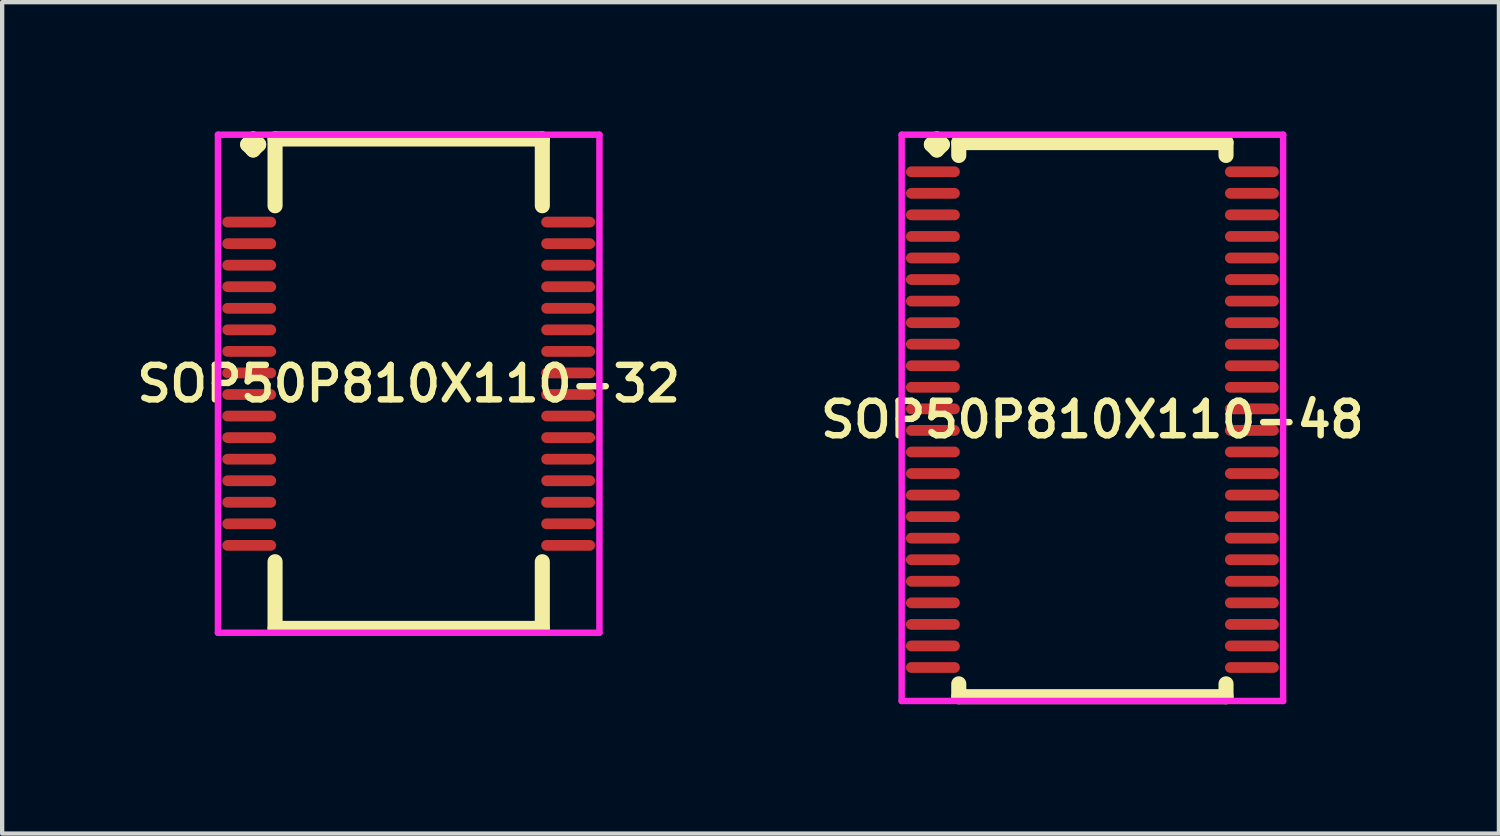
<source format=kicad_pcb>
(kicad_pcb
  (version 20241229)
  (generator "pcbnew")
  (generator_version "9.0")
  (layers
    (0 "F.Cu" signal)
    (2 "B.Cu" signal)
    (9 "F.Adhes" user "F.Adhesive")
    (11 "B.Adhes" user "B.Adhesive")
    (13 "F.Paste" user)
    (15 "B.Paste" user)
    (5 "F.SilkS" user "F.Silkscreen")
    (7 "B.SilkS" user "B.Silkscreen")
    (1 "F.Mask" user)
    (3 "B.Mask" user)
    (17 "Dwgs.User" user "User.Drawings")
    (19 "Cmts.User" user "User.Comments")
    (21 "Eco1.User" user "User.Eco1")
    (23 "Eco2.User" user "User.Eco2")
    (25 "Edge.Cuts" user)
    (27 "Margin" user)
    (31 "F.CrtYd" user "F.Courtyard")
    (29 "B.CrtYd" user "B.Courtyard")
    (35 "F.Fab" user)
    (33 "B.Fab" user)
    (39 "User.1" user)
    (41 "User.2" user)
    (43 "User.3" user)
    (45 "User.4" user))
  (footprint "SOP50P810X110-32"
    (layer "F.Cu")
    (at 6.431 5.852)
    (property "Reference" "SOP50P810X110-32" (at 0 0 0) (layer "F.SilkS") (effects (font (size 0.8 0.8) (thickness 0.15))))
    (attr smd)
    (fp_line (start -3.735 -5.55) (end -3.608 -5.677) (stroke (width 0.35) (type solid)) (layer "F.SilkS"))
    (fp_line (start -3.608 -5.677) (end -3.481 -5.55) (stroke (width 0.35) (type solid)) (layer "F.SilkS"))
    (fp_line (start -3.608 -5.423) (end -3.735 -5.55) (stroke (width 0.35) (type solid)) (layer "F.SilkS"))
    (fp_line (start -3.481 -5.55) (end -3.608 -5.423) (stroke (width 0.35) (type solid)) (layer "F.SilkS"))
    (fp_line (start -3.1 -5.677) (end 3.1 -5.677) (stroke (width 0.35) (type solid)) (layer "F.SilkS"))
    (fp_line (start -3.1 -4.129) (end -3.1 -5.677) (stroke (width 0.35) (type solid)) (layer "F.SilkS"))
    (fp_line (start -3.1 4.129) (end -3.1 5.677) (stroke (width 0.35) (type solid)) (layer "F.SilkS"))
    (fp_line (start -3.1 5.677) (end 3.1 5.677) (stroke (width 0.35) (type solid)) (layer "F.SilkS"))
    (fp_line (start 3.1 -5.677) (end 3.1 -4.129) (stroke (width 0.35) (type solid)) (layer "F.SilkS"))
    (fp_line (start 3.1 5.677) (end 3.1 4.129) (stroke (width 0.35) (type solid)) (layer "F.SilkS"))
    (fp_line (start -4.425 -5.777) (end 4.425 -5.777) (stroke (width 0.15) (type solid)) (layer "F.CrtYd"))
    (fp_line (start -4.425 5.777) (end -4.425 -5.777) (stroke (width 0.15) (type solid)) (layer "F.CrtYd"))
    (fp_line (start 4.425 -5.777) (end 4.425 5.777) (stroke (width 0.15) (type solid)) (layer "F.CrtYd"))
    (fp_line (start 4.425 5.777) (end -4.425 5.777) (stroke (width 0.15) (type solid)) (layer "F.CrtYd"))
    (pad "1" smd oval (at -3.7 -3.75) (size 1.25 0.25) (layers "F.Cu" "F.Mask" "F.Paste"))
    (pad "2" smd oval (at -3.7 -3.25) (size 1.25 0.25) (layers "F.Cu" "F.Mask" "F.Paste"))
    (pad "3" smd oval (at -3.7 -2.75) (size 1.25 0.25) (layers "F.Cu" "F.Mask" "F.Paste"))
    (pad "4" smd oval (at -3.7 -2.25) (size 1.25 0.25) (layers "F.Cu" "F.Mask" "F.Paste"))
    (pad "5" smd oval (at -3.7 -1.75) (size 1.25 0.25) (layers "F.Cu" "F.Mask" "F.Paste"))
    (pad "6" smd oval (at -3.7 -1.25) (size 1.25 0.25) (layers "F.Cu" "F.Mask" "F.Paste"))
    (pad "7" smd oval (at -3.7 -0.75) (size 1.25 0.25) (layers "F.Cu" "F.Mask" "F.Paste"))
    (pad "8" smd oval (at -3.7 -0.25) (size 1.25 0.25) (layers "F.Cu" "F.Mask" "F.Paste"))
    (pad "9" smd oval (at -3.7 0.25) (size 1.25 0.25) (layers "F.Cu" "F.Mask" "F.Paste"))
    (pad "10" smd oval (at -3.7 0.75) (size 1.25 0.25) (layers "F.Cu" "F.Mask" "F.Paste"))
    (pad "11" smd oval (at -3.7 1.25) (size 1.25 0.25) (layers "F.Cu" "F.Mask" "F.Paste"))
    (pad "12" smd oval (at -3.7 1.75) (size 1.25 0.25) (layers "F.Cu" "F.Mask" "F.Paste"))
    (pad "13" smd oval (at -3.7 2.25) (size 1.25 0.25) (layers "F.Cu" "F.Mask" "F.Paste"))
    (pad "14" smd oval (at -3.7 2.75) (size 1.25 0.25) (layers "F.Cu" "F.Mask" "F.Paste"))
    (pad "15" smd oval (at -3.7 3.25) (size 1.25 0.25) (layers "F.Cu" "F.Mask" "F.Paste"))
    (pad "16" smd oval (at -3.7 3.75) (size 1.25 0.25) (layers "F.Cu" "F.Mask" "F.Paste"))
    (pad "17" smd oval (at 3.7 3.75) (size 1.25 0.25) (layers "F.Cu" "F.Mask" "F.Paste"))
    (pad "18" smd oval (at 3.7 3.25) (size 1.25 0.25) (layers "F.Cu" "F.Mask" "F.Paste"))
    (pad "19" smd oval (at 3.7 2.75) (size 1.25 0.25) (layers "F.Cu" "F.Mask" "F.Paste"))
    (pad "20" smd oval (at 3.7 2.25) (size 1.25 0.25) (layers "F.Cu" "F.Mask" "F.Paste"))
    (pad "21" smd oval (at 3.7 1.75) (size 1.25 0.25) (layers "F.Cu" "F.Mask" "F.Paste"))
    (pad "22" smd oval (at 3.7 1.25) (size 1.25 0.25) (layers "F.Cu" "F.Mask" "F.Paste"))
    (pad "23" smd oval (at 3.7 0.75) (size 1.25 0.25) (layers "F.Cu" "F.Mask" "F.Paste"))
    (pad "24" smd oval (at 3.7 0.25) (size 1.25 0.25) (layers "F.Cu" "F.Mask" "F.Paste"))
    (pad "25" smd oval (at 3.7 -0.25) (size 1.25 0.25) (layers "F.Cu" "F.Mask" "F.Paste"))
    (pad "26" smd oval (at 3.7 -0.75) (size 1.25 0.25) (layers "F.Cu" "F.Mask" "F.Paste"))
    (pad "27" smd oval (at 3.7 -1.25) (size 1.25 0.25) (layers "F.Cu" "F.Mask" "F.Paste"))
    (pad "28" smd oval (at 3.7 -1.75) (size 1.25 0.25) (layers "F.Cu" "F.Mask" "F.Paste"))
    (pad "29" smd oval (at 3.7 -2.25) (size 1.25 0.25) (layers "F.Cu" "F.Mask" "F.Paste"))
    (pad "30" smd oval (at 3.7 -2.75) (size 1.25 0.25) (layers "F.Cu" "F.Mask" "F.Paste"))
    (pad "31" smd oval (at 3.7 -3.25) (size 1.25 0.25) (layers "F.Cu" "F.Mask" "F.Paste"))
    (pad "32" smd oval (at 3.7 -3.75) (size 1.25 0.25) (layers "F.Cu" "F.Mask" "F.Paste")))
  (footprint "SOP50P810X110-48"
    (layer "F.Cu")
    (at 22.292 6.685)
    (property "Reference" "SOP50P810X110-48" (at 0 0 0) (layer "F.SilkS") (effects (font (size 0.8 0.8) (thickness 0.15))))
    (attr smd)
    (fp_line (start -3.735 -6.383) (end -3.608 -6.51) (stroke (width 0.35) (type solid)) (layer "F.SilkS"))
    (fp_line (start -3.608 -6.51) (end -3.481 -6.383) (stroke (width 0.35) (type solid)) (layer "F.SilkS"))
    (fp_line (start -3.608 -6.256) (end -3.735 -6.383) (stroke (width 0.35) (type solid)) (layer "F.SilkS"))
    (fp_line (start -3.481 -6.383) (end -3.608 -6.256) (stroke (width 0.35) (type solid)) (layer "F.SilkS"))
    (fp_line (start -3.1 -6.427) (end 3.1 -6.427) (stroke (width 0.35) (type solid)) (layer "F.SilkS"))
    (fp_line (start -3.1 -6.129) (end -3.1 -6.427) (stroke (width 0.35) (type solid)) (layer "F.SilkS"))
    (fp_line (start -3.1 6.129) (end -3.1 6.427) (stroke (width 0.35) (type solid)) (layer "F.SilkS"))
    (fp_line (start -3.1 6.427) (end 3.1 6.427) (stroke (width 0.35) (type solid)) (layer "F.SilkS"))
    (fp_line (start 3.1 -6.427) (end 3.1 -6.129) (stroke (width 0.35) (type solid)) (layer "F.SilkS"))
    (fp_line (start 3.1 6.427) (end 3.1 6.129) (stroke (width 0.35) (type solid)) (layer "F.SilkS"))
    (fp_line (start -4.425 -6.61) (end 4.425 -6.61) (stroke (width 0.15) (type solid)) (layer "F.CrtYd"))
    (fp_line (start -4.425 6.527) (end -4.425 -6.61) (stroke (width 0.15) (type solid)) (layer "F.CrtYd"))
    (fp_line (start 4.425 -6.61) (end 4.425 6.527) (stroke (width 0.15) (type solid)) (layer "F.CrtYd"))
    (fp_line (start 4.425 6.527) (end -4.425 6.527) (stroke (width 0.15) (type solid)) (layer "F.CrtYd"))
    (pad "1" smd oval (at -3.7 -5.75) (size 1.25 0.25) (layers "F.Cu" "F.Mask" "F.Paste"))
    (pad "2" smd oval (at -3.7 -5.25) (size 1.25 0.25) (layers "F.Cu" "F.Mask" "F.Paste"))
    (pad "3" smd oval (at -3.7 -4.75) (size 1.25 0.25) (layers "F.Cu" "F.Mask" "F.Paste"))
    (pad "4" smd oval (at -3.7 -4.25) (size 1.25 0.25) (layers "F.Cu" "F.Mask" "F.Paste"))
    (pad "5" smd oval (at -3.7 -3.75) (size 1.25 0.25) (layers "F.Cu" "F.Mask" "F.Paste"))
    (pad "6" smd oval (at -3.7 -3.25) (size 1.25 0.25) (layers "F.Cu" "F.Mask" "F.Paste"))
    (pad "7" smd oval (at -3.7 -2.75) (size 1.25 0.25) (layers "F.Cu" "F.Mask" "F.Paste"))
    (pad "8" smd oval (at -3.7 -2.25) (size 1.25 0.25) (layers "F.Cu" "F.Mask" "F.Paste"))
    (pad "9" smd oval (at -3.7 -1.75) (size 1.25 0.25) (layers "F.Cu" "F.Mask" "F.Paste"))
    (pad "10" smd oval (at -3.7 -1.25) (size 1.25 0.25) (layers "F.Cu" "F.Mask" "F.Paste"))
    (pad "11" smd oval (at -3.7 -0.75) (size 1.25 0.25) (layers "F.Cu" "F.Mask" "F.Paste"))
    (pad "12" smd oval (at -3.7 -0.25) (size 1.25 0.25) (layers "F.Cu" "F.Mask" "F.Paste"))
    (pad "13" smd oval (at -3.7 0.25) (size 1.25 0.25) (layers "F.Cu" "F.Mask" "F.Paste"))
    (pad "14" smd oval (at -3.7 0.75) (size 1.25 0.25) (layers "F.Cu" "F.Mask" "F.Paste"))
    (pad "15" smd oval (at -3.7 1.25) (size 1.25 0.25) (layers "F.Cu" "F.Mask" "F.Paste"))
    (pad "16" smd oval (at -3.7 1.75) (size 1.25 0.25) (layers "F.Cu" "F.Mask" "F.Paste"))
    (pad "17" smd oval (at -3.7 2.25) (size 1.25 0.25) (layers "F.Cu" "F.Mask" "F.Paste"))
    (pad "18" smd oval (at -3.7 2.75) (size 1.25 0.25) (layers "F.Cu" "F.Mask" "F.Paste"))
    (pad "19" smd oval (at -3.7 3.25) (size 1.25 0.25) (layers "F.Cu" "F.Mask" "F.Paste"))
    (pad "20" smd oval (at -3.7 3.75) (size 1.25 0.25) (layers "F.Cu" "F.Mask" "F.Paste"))
    (pad "21" smd oval (at -3.7 4.25) (size 1.25 0.25) (layers "F.Cu" "F.Mask" "F.Paste"))
    (pad "22" smd oval (at -3.7 4.75) (size 1.25 0.25) (layers "F.Cu" "F.Mask" "F.Paste"))
    (pad "23" smd oval (at -3.7 5.25) (size 1.25 0.25) (layers "F.Cu" "F.Mask" "F.Paste"))
    (pad "24" smd oval (at -3.7 5.75) (size 1.25 0.25) (layers "F.Cu" "F.Mask" "F.Paste"))
    (pad "25" smd oval (at 3.7 5.75) (size 1.25 0.25) (layers "F.Cu" "F.Mask" "F.Paste"))
    (pad "26" smd oval (at 3.7 5.25) (size 1.25 0.25) (layers "F.Cu" "F.Mask" "F.Paste"))
    (pad "27" smd oval (at 3.7 4.75) (size 1.25 0.25) (layers "F.Cu" "F.Mask" "F.Paste"))
    (pad "28" smd oval (at 3.7 4.25) (size 1.25 0.25) (layers "F.Cu" "F.Mask" "F.Paste"))
    (pad "29" smd oval (at 3.7 3.75) (size 1.25 0.25) (layers "F.Cu" "F.Mask" "F.Paste"))
    (pad "30" smd oval (at 3.7 3.25) (size 1.25 0.25) (layers "F.Cu" "F.Mask" "F.Paste"))
    (pad "31" smd oval (at 3.7 2.75) (size 1.25 0.25) (layers "F.Cu" "F.Mask" "F.Paste"))
    (pad "32" smd oval (at 3.7 2.25) (size 1.25 0.25) (layers "F.Cu" "F.Mask" "F.Paste"))
    (pad "33" smd oval (at 3.7 1.75) (size 1.25 0.25) (layers "F.Cu" "F.Mask" "F.Paste"))
    (pad "34" smd oval (at 3.7 1.25) (size 1.25 0.25) (layers "F.Cu" "F.Mask" "F.Paste"))
    (pad "35" smd oval (at 3.7 0.75) (size 1.25 0.25) (layers "F.Cu" "F.Mask" "F.Paste"))
    (pad "36" smd oval (at 3.7 0.25) (size 1.25 0.25) (layers "F.Cu" "F.Mask" "F.Paste"))
    (pad "37" smd oval (at 3.7 -0.25) (size 1.25 0.25) (layers "F.Cu" "F.Mask" "F.Paste"))
    (pad "38" smd oval (at 3.7 -0.75) (size 1.25 0.25) (layers "F.Cu" "F.Mask" "F.Paste"))
    (pad "39" smd oval (at 3.7 -1.25) (size 1.25 0.25) (layers "F.Cu" "F.Mask" "F.Paste"))
    (pad "40" smd oval (at 3.7 -1.75) (size 1.25 0.25) (layers "F.Cu" "F.Mask" "F.Paste"))
    (pad "41" smd oval (at 3.7 -2.25) (size 1.25 0.25) (layers "F.Cu" "F.Mask" "F.Paste"))
    (pad "42" smd oval (at 3.7 -2.75) (size 1.25 0.25) (layers "F.Cu" "F.Mask" "F.Paste"))
    (pad "43" smd oval (at 3.7 -3.25) (size 1.25 0.25) (layers "F.Cu" "F.Mask" "F.Paste"))
    (pad "44" smd oval (at 3.7 -3.75) (size 1.25 0.25) (layers "F.Cu" "F.Mask" "F.Paste"))
    (pad "45" smd oval (at 3.7 -4.25) (size 1.25 0.25) (layers "F.Cu" "F.Mask" "F.Paste"))
    (pad "46" smd oval (at 3.7 -4.75) (size 1.25 0.25) (layers "F.Cu" "F.Mask" "F.Paste"))
    (pad "47" smd oval (at 3.7 -5.25) (size 1.25 0.25) (layers "F.Cu" "F.Mask" "F.Paste"))
    (pad "48" smd oval (at 3.7 -5.75) (size 1.25 0.25) (layers "F.Cu" "F.Mask" "F.Paste")))
  (gr_rect
    (start -3 -3)
    (end 31.723 16.287)
    (stroke (width 0.1) (type default))
    (fill no)
    (layer "Edge.Cuts")))
</source>
